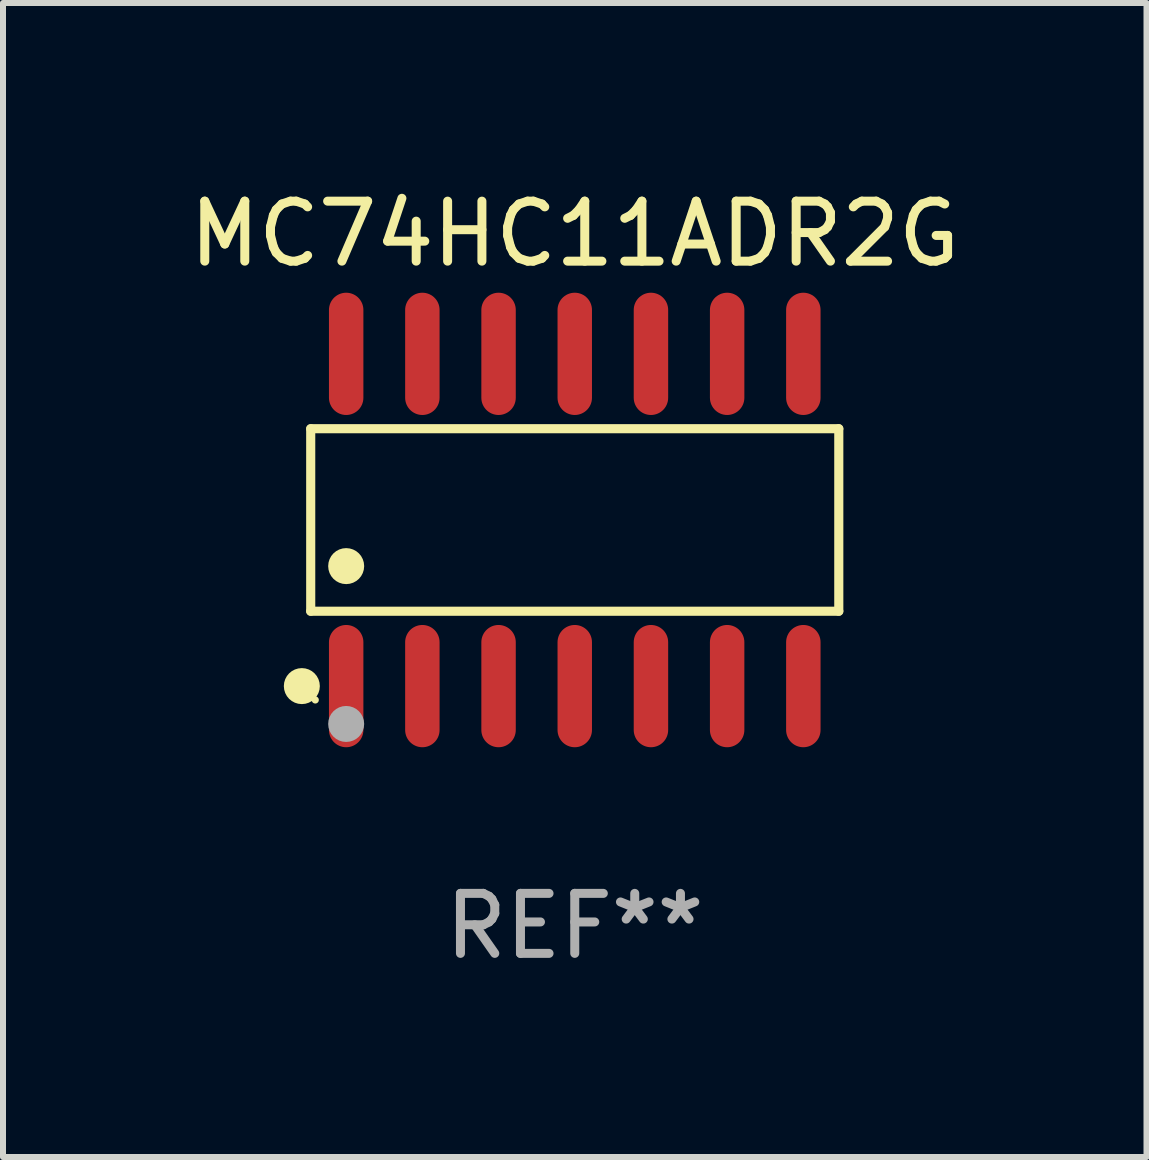
<source format=kicad_pcb>
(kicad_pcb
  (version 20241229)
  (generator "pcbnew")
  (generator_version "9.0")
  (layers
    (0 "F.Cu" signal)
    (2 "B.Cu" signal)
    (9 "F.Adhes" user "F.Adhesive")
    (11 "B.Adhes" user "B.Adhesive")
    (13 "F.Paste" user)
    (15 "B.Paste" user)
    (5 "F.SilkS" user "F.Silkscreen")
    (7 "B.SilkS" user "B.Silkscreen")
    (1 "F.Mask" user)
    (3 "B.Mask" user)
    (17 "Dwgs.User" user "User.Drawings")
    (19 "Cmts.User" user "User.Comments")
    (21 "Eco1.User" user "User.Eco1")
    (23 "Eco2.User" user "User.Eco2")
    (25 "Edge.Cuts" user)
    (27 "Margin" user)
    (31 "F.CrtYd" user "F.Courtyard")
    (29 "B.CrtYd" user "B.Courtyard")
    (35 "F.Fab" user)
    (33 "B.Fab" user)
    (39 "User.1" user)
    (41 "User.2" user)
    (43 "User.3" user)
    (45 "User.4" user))
  (footprint "MC74HC11ADR2G"
    (layer "F.Cu")
    (at 6.53 5.617)
    (property "Reference" "MC74HC11ADR2G" (at 0 -4.769 0) (layer "F.SilkS") (effects (font (size 1 1) (thickness 0.15))))
    (attr through_hole)
    (fp_line (start -4.401 -1.521) (end 4.401 -1.521) (stroke (width 0.152) (type solid)) (layer "F.SilkS"))
    (fp_line (start -4.401 1.521) (end -4.401 -1.521) (stroke (width 0.152) (type solid)) (layer "F.SilkS"))
    (fp_line (start 4.401 -1.521) (end 4.401 1.521) (stroke (width 0.152) (type solid)) (layer "F.SilkS"))
    (fp_line (start 4.401 1.521) (end -4.401 1.521) (stroke (width 0.152) (type solid)) (layer "F.SilkS"))
    (fp_circle (center -4.549 2.769) (end -4.399 2.769) (stroke (width 0.3) (type solid)) (fill no) (layer "F.SilkS"))
    (fp_circle (center -4.325 3) (end -4.295 3) (stroke (width 0.06) (type solid)) (fill no) (layer "F.SilkS"))
    (fp_circle (center -3.81 0.769) (end -3.66 0.769) (stroke (width 0.3) (type solid)) (fill no) (layer "F.SilkS"))
    (fp_circle (center -3.81 3.4) (end -3.66 3.4) (stroke (width 0.3) (type solid)) (fill no) (layer "F.Fab"))
    (fp_text user "REF**" (at 0 6.769 0) (layer "F.Fab") (effects (font (size 1 1) (thickness 0.15))))
    (pad "1" smd oval (at -3.81 2.769) (size 0.574 2.038) (layers "F.Cu" "F.Mask" "F.Paste"))
    (pad "2" smd oval (at -2.54 2.769) (size 0.574 2.038) (layers "F.Cu" "F.Mask" "F.Paste"))
    (pad "3" smd oval (at -1.27 2.769) (size 0.574 2.038) (layers "F.Cu" "F.Mask" "F.Paste"))
    (pad "4" smd oval (at 0 2.769) (size 0.574 2.038) (layers "F.Cu" "F.Mask" "F.Paste"))
    (pad "5" smd oval (at 1.27 2.769) (size 0.574 2.038) (layers "F.Cu" "F.Mask" "F.Paste"))
    (pad "6" smd oval (at 2.54 2.769) (size 0.574 2.038) (layers "F.Cu" "F.Mask" "F.Paste"))
    (pad "7" smd oval (at 3.81 2.769) (size 0.574 2.038) (layers "F.Cu" "F.Mask" "F.Paste"))
    (pad "8" smd oval (at 3.81 -2.769) (size 0.574 2.038) (layers "F.Cu" "F.Mask" "F.Paste"))
    (pad "9" smd oval (at 2.54 -2.769) (size 0.574 2.038) (layers "F.Cu" "F.Mask" "F.Paste"))
    (pad "10" smd oval (at 1.27 -2.769) (size 0.574 2.038) (layers "F.Cu" "F.Mask" "F.Paste"))
    (pad "11" smd oval (at 0 -2.769) (size 0.574 2.038) (layers "F.Cu" "F.Mask" "F.Paste"))
    (pad "12" smd oval (at -1.27 -2.769) (size 0.574 2.038) (layers "F.Cu" "F.Mask" "F.Paste"))
    (pad "13" smd oval (at -2.54 -2.769) (size 0.574 2.038) (layers "F.Cu" "F.Mask" "F.Paste"))
    (pad "14" smd oval (at -3.81 -2.769) (size 0.574 2.038) (layers "F.Cu" "F.Mask" "F.Paste")))
  (gr_rect
    (start -3 -3)
    (end 16.06 16.235)
    (stroke (width 0.1) (type default))
    (fill no)
    (layer "Edge.Cuts")))
</source>
